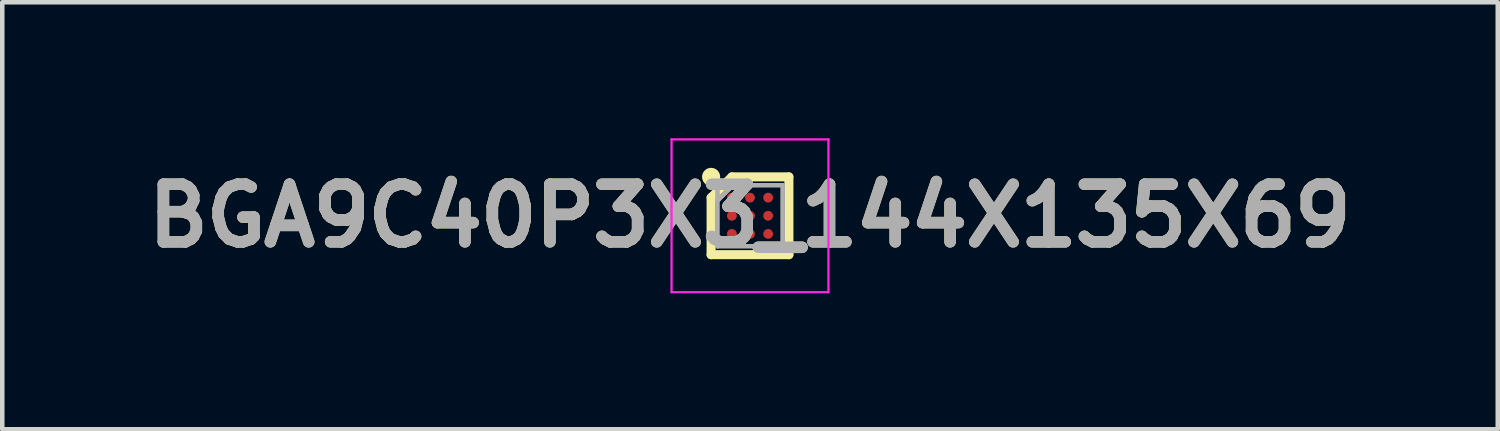
<source format=kicad_pcb>
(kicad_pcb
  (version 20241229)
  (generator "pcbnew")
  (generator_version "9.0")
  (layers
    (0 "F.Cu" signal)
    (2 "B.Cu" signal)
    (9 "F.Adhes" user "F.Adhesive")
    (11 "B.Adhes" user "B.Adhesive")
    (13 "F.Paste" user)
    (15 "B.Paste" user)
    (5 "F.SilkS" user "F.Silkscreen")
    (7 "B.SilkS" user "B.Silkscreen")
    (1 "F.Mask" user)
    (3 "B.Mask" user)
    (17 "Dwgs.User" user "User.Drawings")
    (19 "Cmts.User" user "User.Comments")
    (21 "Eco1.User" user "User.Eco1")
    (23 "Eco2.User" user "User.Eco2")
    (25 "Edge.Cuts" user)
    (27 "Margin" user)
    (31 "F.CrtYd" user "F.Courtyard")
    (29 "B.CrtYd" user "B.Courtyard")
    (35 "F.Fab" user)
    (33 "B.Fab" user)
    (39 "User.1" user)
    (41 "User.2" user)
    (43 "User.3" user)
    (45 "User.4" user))
  (footprint "BGA9C40P3X3_144X135X69"
    (layer "F.Cu")
    (at 13.498 1.711)
    (property "Reference" "BGA9C40P3X3_144X135X69" (at 0 0 0) (layer "F.SilkS") (effects (font (size 1.27 1.27) (thickness 0.254))))
    (attr smd)
    (fp_line (start -0.858 -0.4) (end -0.4 -0.858) (stroke (width 0.2) (type solid)) (layer "F.SilkS"))
    (fp_line (start -0.858 0.858) (end -0.858 -0.4) (stroke (width 0.2) (type solid)) (layer "F.SilkS"))
    (fp_line (start -0.4 -0.858) (end 0.858 -0.858) (stroke (width 0.2) (type solid)) (layer "F.SilkS"))
    (fp_line (start 0.858 -0.858) (end 0.858 0.858) (stroke (width 0.2) (type solid)) (layer "F.SilkS"))
    (fp_line (start 0.858 0.858) (end -0.858 0.858) (stroke (width 0.2) (type solid)) (layer "F.SilkS"))
    (fp_circle (center -0.858 -0.858) (end -0.858 -0.758) (stroke (width 0.2) (type solid)) (fill no) (layer "F.SilkS"))
    (fp_line (start -1.731 -1.686) (end 1.731 -1.686) (stroke (width 0.05) (type solid)) (layer "F.CrtYd"))
    (fp_line (start -1.731 1.686) (end -1.731 -1.686) (stroke (width 0.05) (type solid)) (layer "F.CrtYd"))
    (fp_line (start 1.731 -1.686) (end 1.731 1.686) (stroke (width 0.05) (type solid)) (layer "F.CrtYd"))
    (fp_line (start 1.731 1.686) (end -1.731 1.686) (stroke (width 0.05) (type solid)) (layer "F.CrtYd"))
    (fp_line (start -0.718 -0.674) (end 0.719 -0.674) (stroke (width 0.1) (type solid)) (layer "F.Fab"))
    (fp_line (start -0.718 -0.33) (end -0.375 -0.673) (stroke (width 0.1) (type solid)) (layer "F.Fab"))
    (fp_line (start -0.718 0.673) (end -0.718 -0.674) (stroke (width 0.1) (type solid)) (layer "F.Fab"))
    (fp_line (start 0.719 -0.674) (end 0.719 0.673) (stroke (width 0.1) (type solid)) (layer "F.Fab"))
    (fp_line (start 0.719 0.673) (end -0.718 0.673) (stroke (width 0.1) (type solid)) (layer "F.Fab"))
    (fp_text user "${REFERENCE}" (at 0 0 0) (layer "F.Fab") (effects (font (size 1.27 1.27) (thickness 0.254))))
    (pad "A1" smd circle (at -0.4 -0.4 90) (size 0.216 0.216) (layers "F.Cu" "F.Mask" "F.Paste"))
    (pad "A2" smd circle (at 0 -0.4 90) (size 0.216 0.216) (layers "F.Cu" "F.Mask" "F.Paste"))
    (pad "A3" smd circle (at 0.4 -0.4 90) (size 0.216 0.216) (layers "F.Cu" "F.Mask" "F.Paste"))
    (pad "B1" smd circle (at -0.4 0 90) (size 0.216 0.216) (layers "F.Cu" "F.Mask" "F.Paste"))
    (pad "B2" smd circle (at 0 0 90) (size 0.216 0.216) (layers "F.Cu" "F.Mask" "F.Paste"))
    (pad "B3" smd circle (at 0.4 0 90) (size 0.216 0.216) (layers "F.Cu" "F.Mask" "F.Paste"))
    (pad "C1" smd circle (at -0.4 0.4 90) (size 0.216 0.216) (layers "F.Cu" "F.Mask" "F.Paste"))
    (pad "C2" smd circle (at 0 0.4 90) (size 0.216 0.216) (layers "F.Cu" "F.Mask" "F.Paste"))
    (pad "C3" smd circle (at 0.4 0.4 90) (size 0.216 0.216) (layers "F.Cu" "F.Mask" "F.Paste")))
  (gr_rect
    (start -3 -3)
    (end 29.997 6.422)
    (stroke (width 0.1) (type default))
    (fill no)
    (layer "Edge.Cuts")))
</source>
